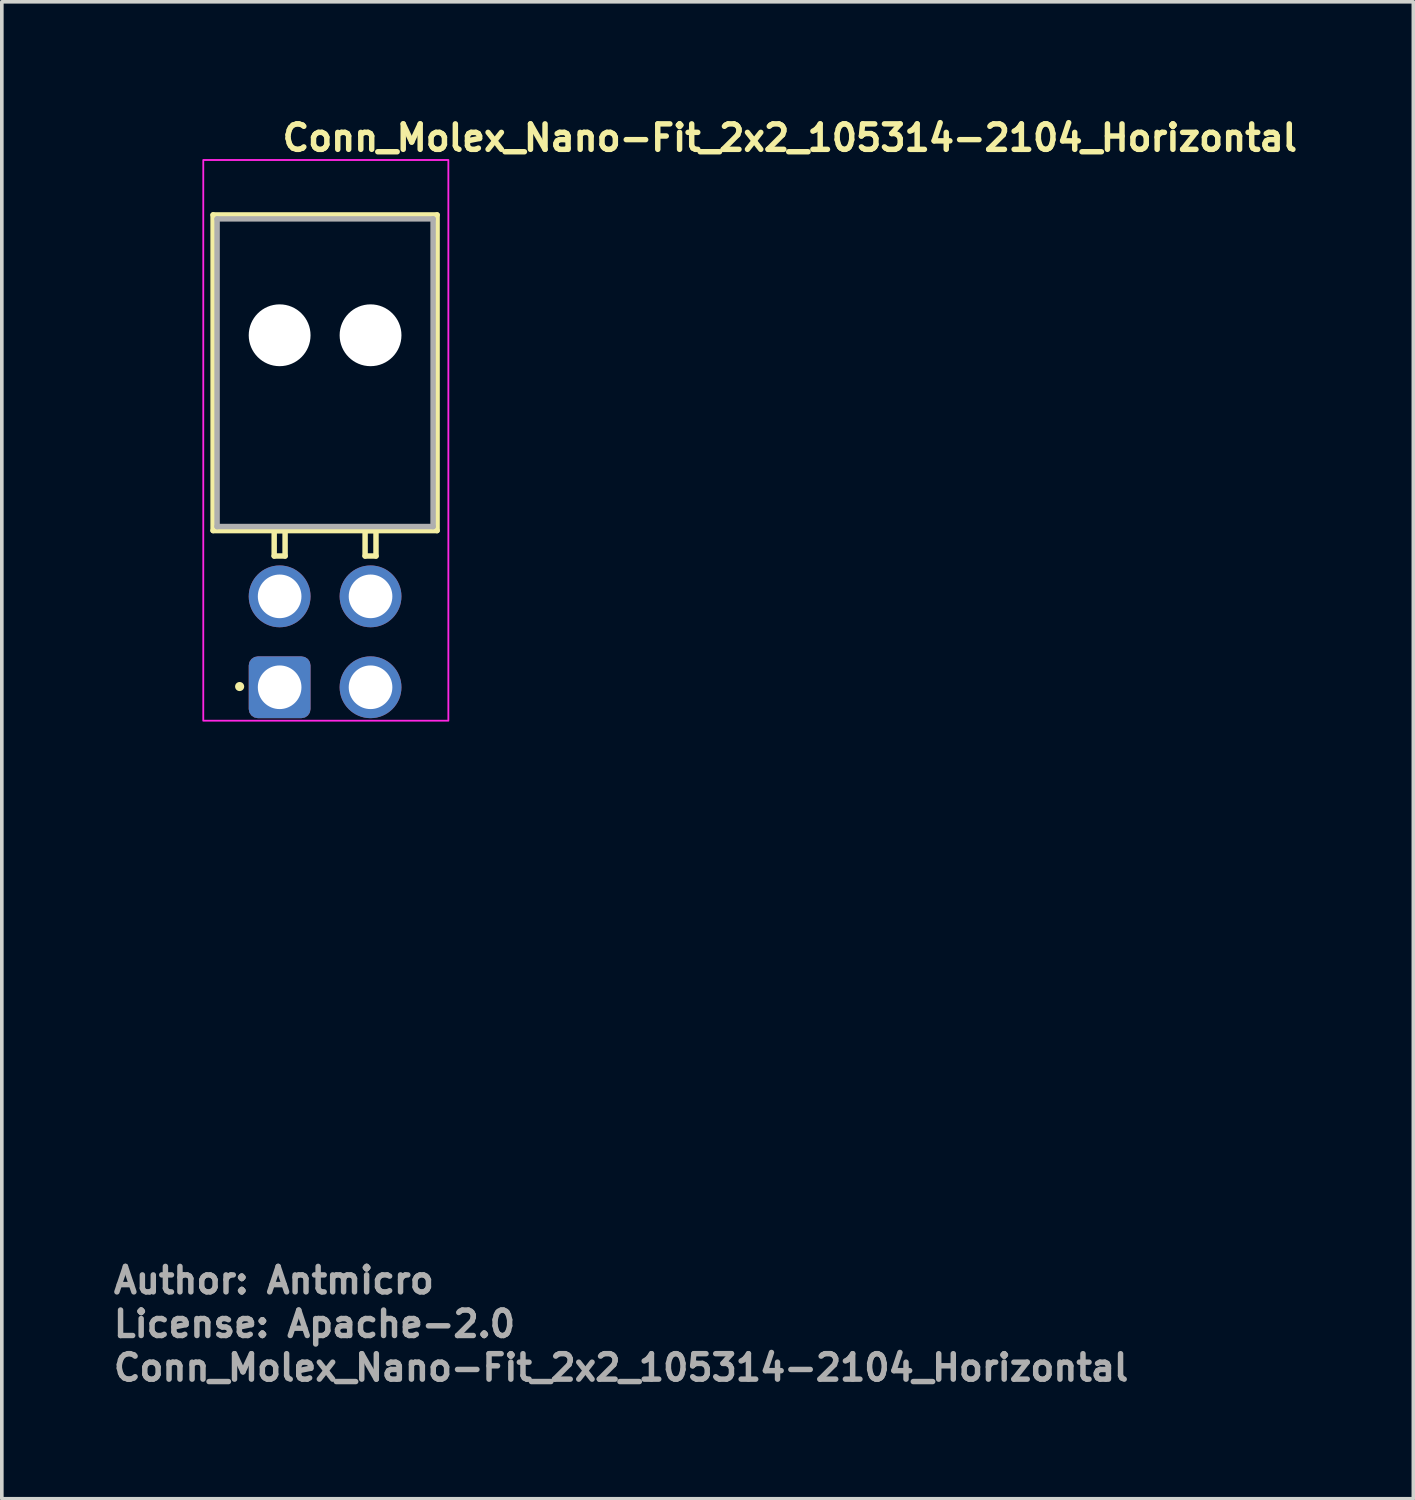
<source format=kicad_pcb>
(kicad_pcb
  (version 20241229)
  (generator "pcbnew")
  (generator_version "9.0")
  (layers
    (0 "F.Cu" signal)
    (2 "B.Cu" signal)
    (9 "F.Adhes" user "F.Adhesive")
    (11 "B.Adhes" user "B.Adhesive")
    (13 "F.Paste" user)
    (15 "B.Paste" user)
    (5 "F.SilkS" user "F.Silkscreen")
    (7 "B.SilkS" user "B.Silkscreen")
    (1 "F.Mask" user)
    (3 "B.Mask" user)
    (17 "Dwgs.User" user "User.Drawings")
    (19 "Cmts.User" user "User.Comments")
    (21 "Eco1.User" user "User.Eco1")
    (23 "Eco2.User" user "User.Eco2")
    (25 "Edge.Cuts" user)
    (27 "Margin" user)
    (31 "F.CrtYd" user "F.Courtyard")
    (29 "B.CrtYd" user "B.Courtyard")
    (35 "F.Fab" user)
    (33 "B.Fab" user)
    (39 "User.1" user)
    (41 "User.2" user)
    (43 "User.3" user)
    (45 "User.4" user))
  (footprint "Conn_Molex_Nano-Fit_2x2_105314-2104_Horizontal"
    (layer "F.Cu")
    (at 4.64 15.85)
    (property "Reference" "Conn_Molex_Nano-Fit_2x2_105314-2104_Horizontal" (at 0 -14.7 0) (layer "F.SilkS") (effects (font (size 0.7 0.7) (thickness 0.15)) (justify left bottom)))
    (attr through_hole)
    (fp_line (start -1.83 -12.99) (end -1.83 -4.309) (stroke (width 0.15) (type solid)) (layer "F.SilkS"))
    (fp_line (start -1.83 -4.309) (end 4.33 -4.309) (stroke (width 0.15) (type solid)) (layer "F.SilkS"))
    (fp_line (start -0.15 -4.309) (end -0.15 -3.61) (stroke (width 0.15) (type solid)) (layer "F.SilkS"))
    (fp_line (start -0.15 -3.61) (end 0.15 -3.61) (stroke (width 0.15) (type solid)) (layer "F.SilkS"))
    (fp_line (start 0.15 -4.309) (end -0.15 -4.309) (stroke (width 0.15) (type solid)) (layer "F.SilkS"))
    (fp_line (start 0.15 -3.61) (end 0.15 -4.309) (stroke (width 0.15) (type solid)) (layer "F.SilkS"))
    (fp_line (start 2.35 -4.309) (end 2.35 -3.61) (stroke (width 0.15) (type solid)) (layer "F.SilkS"))
    (fp_line (start 2.35 -3.61) (end 2.65 -3.61) (stroke (width 0.15) (type solid)) (layer "F.SilkS"))
    (fp_line (start 2.65 -4.309) (end 2.35 -4.309) (stroke (width 0.15) (type solid)) (layer "F.SilkS"))
    (fp_line (start 2.65 -3.61) (end 2.65 -4.309) (stroke (width 0.15) (type solid)) (layer "F.SilkS"))
    (fp_line (start 4.33 -12.99) (end -1.83 -12.99) (stroke (width 0.15) (type solid)) (layer "F.SilkS"))
    (fp_line (start 4.33 -4.309) (end 4.33 -12.99) (stroke (width 0.15) (type solid)) (layer "F.SilkS"))
    (fp_circle (center -1.1 -0.02) (end -1.05 -0.02) (stroke (width 0.15) (type solid)) (fill yes) (layer "F.SilkS"))
    (fp_rect (start 4.64 0.92) (end -2.1 -14.5) (stroke (width 0.05) (type solid)) (fill no) (layer "F.CrtYd"))
    (fp_line (start -1.72 -12.88) (end -1.72 -4.42) (stroke (width 0.15) (type solid)) (layer "F.Fab"))
    (fp_line (start -1.72 -4.42) (end 4.22 -4.42) (stroke (width 0.15) (type solid)) (layer "F.Fab"))
    (fp_line (start 4.22 -12.88) (end -1.72 -12.88) (stroke (width 0.15) (type solid)) (layer "F.Fab"))
    (fp_line (start 4.22 -4.42) (end 4.22 -12.88) (stroke (width 0.15) (type solid)) (layer "F.Fab"))
    (fp_rect (start 4.24 0.428) (end -1.7 -14.228) (stroke (width 0.1) (type solid)) (fill no) (layer "User.5"))
    (fp_line (start -1.7 -12.768) (end -1.7 -4.308) (stroke (width 0.02) (type solid)) (layer "User.9"))
    (fp_line (start -1.7 -4.308) (end 4.24 -4.308) (stroke (width 0.02) (type solid)) (layer "User.9"))
    (fp_line (start -1.33 -14.228) (end -1.129 -14.228) (stroke (width 0.02) (type solid)) (layer "User.9"))
    (fp_line (start -1.33 -12.768) (end -1.7 -12.768) (stroke (width 0.02) (type solid)) (layer "User.9"))
    (fp_line (start -1.33 -7.967) (end -1.33 -14.228) (stroke (width 0.02) (type solid)) (layer "User.9"))
    (fp_line (start -1.33 -7.967) (end -1.329 -7.958) (stroke (width 0.02) (type solid)) (layer "User.9"))
    (fp_line (start -1.33 -7.967) (end -1.129 -7.967) (stroke (width 0.02) (type solid)) (layer "User.9"))
    (fp_line (start -1.329 -7.958) (end -1.329 -7.948) (stroke (width 0.02) (type solid)) (layer "User.9"))
    (fp_line (start -1.329 -7.948) (end -1.327 -7.938) (stroke (width 0.02) (type solid)) (layer "User.9"))
    (fp_line (start -1.327 -7.938) (end -1.326 -7.929) (stroke (width 0.02) (type solid)) (layer "User.9"))
    (fp_line (start -1.326 -7.929) (end -1.323 -7.919) (stroke (width 0.02) (type solid)) (layer "User.9"))
    (fp_line (start -1.323 -7.919) (end -1.321 -7.91) (stroke (width 0.02) (type solid)) (layer "User.9"))
    (fp_line (start -1.321 -7.91) (end -1.318 -7.9) (stroke (width 0.02) (type solid)) (layer "User.9"))
    (fp_line (start -1.318 -7.9) (end -1.314 -7.892) (stroke (width 0.02) (type solid)) (layer "User.9"))
    (fp_line (start -1.314 -7.892) (end -1.31 -7.883) (stroke (width 0.02) (type solid)) (layer "User.9"))
    (fp_line (start -1.31 -7.883) (end -1.306 -7.874) (stroke (width 0.02) (type solid)) (layer "User.9"))
    (fp_line (start -1.306 -7.874) (end -1.301 -7.866) (stroke (width 0.02) (type solid)) (layer "User.9"))
    (fp_line (start -1.301 -7.866) (end -1.296 -7.857) (stroke (width 0.02) (type solid)) (layer "User.9"))
    (fp_line (start -1.296 -7.857) (end -1.29 -7.849) (stroke (width 0.02) (type solid)) (layer "User.9"))
    (fp_line (start -1.29 -7.849) (end -1.284 -7.841) (stroke (width 0.02) (type solid)) (layer "User.9"))
    (fp_line (start -1.284 -7.841) (end -1.278 -7.834) (stroke (width 0.02) (type solid)) (layer "User.9"))
    (fp_line (start -1.278 -7.834) (end -1.271 -7.827) (stroke (width 0.02) (type solid)) (layer "User.9"))
    (fp_line (start -1.271 -7.827) (end -1.271 -7.827) (stroke (width 0.02) (type solid)) (layer "User.9"))
    (fp_line (start -1.271 -7.827) (end -1.264 -7.82) (stroke (width 0.02) (type solid)) (layer "User.9"))
    (fp_line (start -1.264 -7.82) (end -1.256 -7.814) (stroke (width 0.02) (type solid)) (layer "User.9"))
    (fp_line (start -1.256 -7.814) (end -1.248 -7.807) (stroke (width 0.02) (type solid)) (layer "User.9"))
    (fp_line (start -1.248 -7.807) (end -1.24 -7.802) (stroke (width 0.02) (type solid)) (layer "User.9"))
    (fp_line (start -1.24 -7.802) (end -1.232 -7.797) (stroke (width 0.02) (type solid)) (layer "User.9"))
    (fp_line (start -1.232 -7.797) (end -1.224 -7.792) (stroke (width 0.02) (type solid)) (layer "User.9"))
    (fp_line (start -1.224 -7.792) (end -1.215 -7.787) (stroke (width 0.02) (type solid)) (layer "User.9"))
    (fp_line (start -1.215 -7.787) (end -1.206 -7.783) (stroke (width 0.02) (type solid)) (layer "User.9"))
    (fp_line (start -1.206 -7.783) (end -1.197 -7.78) (stroke (width 0.02) (type solid)) (layer "User.9"))
    (fp_line (start -1.197 -7.78) (end -1.188 -7.777) (stroke (width 0.02) (type solid)) (layer "User.9"))
    (fp_line (start -1.188 -7.777) (end -1.178 -7.774) (stroke (width 0.02) (type solid)) (layer "User.9"))
    (fp_line (start -1.178 -7.774) (end -1.169 -7.772) (stroke (width 0.02) (type solid)) (layer "User.9"))
    (fp_line (start -1.169 -7.772) (end -1.159 -7.77) (stroke (width 0.02) (type solid)) (layer "User.9"))
    (fp_line (start -1.159 -7.77) (end -1.149 -7.769) (stroke (width 0.02) (type solid)) (layer "User.9"))
    (fp_line (start -1.149 -7.769) (end -1.139 -7.768) (stroke (width 0.02) (type solid)) (layer "User.9"))
    (fp_line (start -1.139 -7.768) (end -1.129 -7.768) (stroke (width 0.02) (type solid)) (layer "User.9"))
    (fp_line (start -0.297 -0.506) (end -0.297 -4.308) (stroke (width 0.02) (type solid)) (layer "User.9"))
    (fp_line (start -0.297 0.154) (end -0.297 -0.506) (stroke (width 0.02) (type solid)) (layer "User.9"))
    (fp_line (start -0.297 0.154) (end -0.297 0.154) (stroke (width 0.02) (type solid)) (layer "User.9"))
    (fp_line (start -0.297 0.224) (end -0.297 0.154) (stroke (width 0.02) (type solid)) (layer "User.9"))
    (fp_line (start -0.297 0.224) (end -0.297 0.224) (stroke (width 0.02) (type solid)) (layer "User.9"))
    (fp_line (start -0.297 0.285) (end -0.297 0.224) (stroke (width 0.02) (type solid)) (layer "User.9"))
    (fp_line (start -0.297 0.285) (end -0.297 0.285) (stroke (width 0.02) (type solid)) (layer "User.9"))
    (fp_line (start -0.297 0.336) (end -0.297 0.285) (stroke (width 0.02) (type solid)) (layer "User.9"))
    (fp_line (start -0.297 0.336) (end -0.297 0.336) (stroke (width 0.02) (type solid)) (layer "User.9"))
    (fp_line (start -0.297 0.376) (end -0.297 0.336) (stroke (width 0.02) (type solid)) (layer "User.9"))
    (fp_line (start -0.297 0.376) (end -0.297 0.376) (stroke (width 0.02) (type solid)) (layer "User.9"))
    (fp_line (start -0.297 0.405) (end -0.297 0.376) (stroke (width 0.02) (type solid)) (layer "User.9"))
    (fp_line (start -0.297 0.405) (end -0.297 0.405) (stroke (width 0.02) (type solid)) (layer "User.9"))
    (fp_line (start -0.297 0.422) (end -0.297 0.405) (stroke (width 0.02) (type solid)) (layer "User.9"))
    (fp_line (start -0.297 0.422) (end -0.297 0.422) (stroke (width 0.02) (type solid)) (layer "User.9"))
    (fp_line (start -0.297 0.428) (end -0.297 0.422) (stroke (width 0.02) (type solid)) (layer "User.9"))
    (fp_line (start 0.12 -12.651) (end 0.12 -12.638) (stroke (width 0.02) (type solid)) (layer "User.9"))
    (fp_line (start 0.12 -7.967) (end 0.12 -12.638) (stroke (width 0.02) (type solid)) (layer "User.9"))
    (fp_line (start 0.12 -7.768) (end -1.129 -7.768) (stroke (width 0.02) (type solid)) (layer "User.9"))
    (fp_line (start 0.12 -7.768) (end 0.12 -7.967) (stroke (width 0.02) (type solid)) (layer "User.9"))
    (fp_line (start 0.121 -12.663) (end 0.12 -12.651) (stroke (width 0.02) (type solid)) (layer "User.9"))
    (fp_line (start 0.122 -12.675) (end 0.121 -12.663) (stroke (width 0.02) (type solid)) (layer "User.9"))
    (fp_line (start 0.124 -12.687) (end 0.122 -12.675) (stroke (width 0.02) (type solid)) (layer "User.9"))
    (fp_line (start 0.127 -12.699) (end 0.124 -12.687) (stroke (width 0.02) (type solid)) (layer "User.9"))
    (fp_line (start 0.13 -12.711) (end 0.127 -12.699) (stroke (width 0.02) (type solid)) (layer "User.9"))
    (fp_line (start 0.134 -12.722) (end 0.13 -12.711) (stroke (width 0.02) (type solid)) (layer "User.9"))
    (fp_line (start 0.139 -12.734) (end 0.134 -12.722) (stroke (width 0.02) (type solid)) (layer "User.9"))
    (fp_line (start 0.143 -12.745) (end 0.139 -12.734) (stroke (width 0.02) (type solid)) (layer "User.9"))
    (fp_line (start 0.149 -12.756) (end 0.143 -12.745) (stroke (width 0.02) (type solid)) (layer "User.9"))
    (fp_line (start 0.155 -12.767) (end 0.149 -12.756) (stroke (width 0.02) (type solid)) (layer "User.9"))
    (fp_line (start 0.162 -12.777) (end 0.155 -12.767) (stroke (width 0.02) (type solid)) (layer "User.9"))
    (fp_line (start 0.169 -12.787) (end 0.162 -12.777) (stroke (width 0.02) (type solid)) (layer "User.9"))
    (fp_line (start 0.176 -12.797) (end 0.169 -12.787) (stroke (width 0.02) (type solid)) (layer "User.9"))
    (fp_line (start 0.184 -12.806) (end 0.176 -12.797) (stroke (width 0.02) (type solid)) (layer "User.9"))
    (fp_line (start 0.193 -12.815) (end 0.184 -12.806) (stroke (width 0.02) (type solid)) (layer "User.9"))
    (fp_line (start 0.193 -12.815) (end 0.193 -12.815) (stroke (width 0.02) (type solid)) (layer "User.9"))
    (fp_line (start 0.202 -12.824) (end 0.193 -12.815) (stroke (width 0.02) (type solid)) (layer "User.9"))
    (fp_line (start 0.211 -12.832) (end 0.202 -12.824) (stroke (width 0.02) (type solid)) (layer "User.9"))
    (fp_line (start 0.221 -12.839) (end 0.211 -12.832) (stroke (width 0.02) (type solid)) (layer "User.9"))
    (fp_line (start 0.231 -12.846) (end 0.221 -12.839) (stroke (width 0.02) (type solid)) (layer "User.9"))
    (fp_line (start 0.241 -12.853) (end 0.231 -12.846) (stroke (width 0.02) (type solid)) (layer "User.9"))
    (fp_line (start 0.252 -12.859) (end 0.241 -12.853) (stroke (width 0.02) (type solid)) (layer "User.9"))
    (fp_line (start 0.263 -12.864) (end 0.252 -12.859) (stroke (width 0.02) (type solid)) (layer "User.9"))
    (fp_line (start 0.274 -12.869) (end 0.263 -12.864) (stroke (width 0.02) (type solid)) (layer "User.9"))
    (fp_line (start 0.285 -12.874) (end 0.274 -12.869) (stroke (width 0.02) (type solid)) (layer "User.9"))
    (fp_line (start 0.297 -12.877) (end 0.285 -12.874) (stroke (width 0.02) (type solid)) (layer "User.9"))
    (fp_line (start 0.309 -12.881) (end 0.297 -12.877) (stroke (width 0.02) (type solid)) (layer "User.9"))
    (fp_line (start 0.321 -12.883) (end 0.309 -12.881) (stroke (width 0.02) (type solid)) (layer "User.9"))
    (fp_line (start 0.333 -12.885) (end 0.321 -12.883) (stroke (width 0.02) (type solid)) (layer "User.9"))
    (fp_line (start 0.337 -0.506) (end 0.337 -4.308) (stroke (width 0.02) (type solid)) (layer "User.9"))
    (fp_line (start 0.337 0.154) (end 0.337 -0.506) (stroke (width 0.02) (type solid)) (layer "User.9"))
    (fp_line (start 0.337 0.154) (end 0.337 0.154) (stroke (width 0.02) (type solid)) (layer "User.9"))
    (fp_line (start 0.337 0.224) (end 0.337 0.154) (stroke (width 0.02) (type solid)) (layer "User.9"))
    (fp_line (start 0.337 0.224) (end 0.337 0.224) (stroke (width 0.02) (type solid)) (layer "User.9"))
    (fp_line (start 0.337 0.285) (end 0.337 0.224) (stroke (width 0.02) (type solid)) (layer "User.9"))
    (fp_line (start 0.337 0.285) (end 0.337 0.285) (stroke (width 0.02) (type solid)) (layer "User.9"))
    (fp_line (start 0.337 0.336) (end 0.337 0.285) (stroke (width 0.02) (type solid)) (layer "User.9"))
    (fp_line (start 0.337 0.336) (end 0.337 0.336) (stroke (width 0.02) (type solid)) (layer "User.9"))
    (fp_line (start 0.337 0.376) (end 0.337 0.336) (stroke (width 0.02) (type solid)) (layer "User.9"))
    (fp_line (start 0.337 0.376) (end 0.337 0.376) (stroke (width 0.02) (type solid)) (layer "User.9"))
    (fp_line (start 0.337 0.405) (end 0.337 0.376) (stroke (width 0.02) (type solid)) (layer "User.9"))
    (fp_line (start 0.337 0.405) (end 0.337 0.405) (stroke (width 0.02) (type solid)) (layer "User.9"))
    (fp_line (start 0.337 0.422) (end 0.337 0.405) (stroke (width 0.02) (type solid)) (layer "User.9"))
    (fp_line (start 0.337 0.422) (end 0.337 0.422) (stroke (width 0.02) (type solid)) (layer "User.9"))
    (fp_line (start 0.337 0.428) (end -0.297 0.428) (stroke (width 0.02) (type solid)) (layer "User.9"))
    (fp_line (start 0.337 0.428) (end 0.337 0.422) (stroke (width 0.02) (type solid)) (layer "User.9"))
    (fp_line (start 0.345 -12.887) (end 0.333 -12.885) (stroke (width 0.02) (type solid)) (layer "User.9"))
    (fp_line (start 0.357 -12.888) (end 0.345 -12.887) (stroke (width 0.02) (type solid)) (layer "User.9"))
    (fp_line (start 0.37 -12.888) (end 0.357 -12.888) (stroke (width 0.02) (type solid)) (layer "User.9"))
    (fp_line (start 2.17 -12.888) (end 0.37 -12.888) (stroke (width 0.02) (type solid)) (layer "User.9"))
    (fp_line (start 2.182 -12.888) (end 2.17 -12.888) (stroke (width 0.02) (type solid)) (layer "User.9"))
    (fp_line (start 2.194 -12.887) (end 2.182 -12.888) (stroke (width 0.02) (type solid)) (layer "User.9"))
    (fp_line (start 2.202 -0.506) (end 2.202 -4.308) (stroke (width 0.02) (type solid)) (layer "User.9"))
    (fp_line (start 2.202 0.154) (end 2.202 -0.506) (stroke (width 0.02) (type solid)) (layer "User.9"))
    (fp_line (start 2.202 0.154) (end 2.202 0.154) (stroke (width 0.02) (type solid)) (layer "User.9"))
    (fp_line (start 2.202 0.224) (end 2.202 0.154) (stroke (width 0.02) (type solid)) (layer "User.9"))
    (fp_line (start 2.202 0.224) (end 2.202 0.224) (stroke (width 0.02) (type solid)) (layer "User.9"))
    (fp_line (start 2.202 0.285) (end 2.202 0.224) (stroke (width 0.02) (type solid)) (layer "User.9"))
    (fp_line (start 2.202 0.285) (end 2.202 0.285) (stroke (width 0.02) (type solid)) (layer "User.9"))
    (fp_line (start 2.202 0.336) (end 2.202 0.285) (stroke (width 0.02) (type solid)) (layer "User.9"))
    (fp_line (start 2.202 0.336) (end 2.202 0.336) (stroke (width 0.02) (type solid)) (layer "User.9"))
    (fp_line (start 2.202 0.376) (end 2.202 0.336) (stroke (width 0.02) (type solid)) (layer "User.9"))
    (fp_line (start 2.202 0.376) (end 2.202 0.376) (stroke (width 0.02) (type solid)) (layer "User.9"))
    (fp_line (start 2.202 0.405) (end 2.202 0.376) (stroke (width 0.02) (type solid)) (layer "User.9"))
    (fp_line (start 2.202 0.405) (end 2.202 0.405) (stroke (width 0.02) (type solid)) (layer "User.9"))
    (fp_line (start 2.202 0.422) (end 2.202 0.405) (stroke (width 0.02) (type solid)) (layer "User.9"))
    (fp_line (start 2.202 0.422) (end 2.202 0.422) (stroke (width 0.02) (type solid)) (layer "User.9"))
    (fp_line (start 2.202 0.428) (end 2.202 0.422) (stroke (width 0.02) (type solid)) (layer "User.9"))
    (fp_line (start 2.206 -12.885) (end 2.194 -12.887) (stroke (width 0.02) (type solid)) (layer "User.9"))
    (fp_line (start 2.219 -12.883) (end 2.206 -12.885) (stroke (width 0.02) (type solid)) (layer "User.9"))
    (fp_line (start 2.23 -12.881) (end 2.219 -12.883) (stroke (width 0.02) (type solid)) (layer "User.9"))
    (fp_line (start 2.242 -12.877) (end 2.23 -12.881) (stroke (width 0.02) (type solid)) (layer "User.9"))
    (fp_line (start 2.254 -12.874) (end 2.242 -12.877) (stroke (width 0.02) (type solid)) (layer "User.9"))
    (fp_line (start 2.265 -12.869) (end 2.254 -12.874) (stroke (width 0.02) (type solid)) (layer "User.9"))
    (fp_line (start 2.276 -12.864) (end 2.265 -12.869) (stroke (width 0.02) (type solid)) (layer "User.9"))
    (fp_line (start 2.287 -12.859) (end 2.276 -12.864) (stroke (width 0.02) (type solid)) (layer "User.9"))
    (fp_line (start 2.298 -12.853) (end 2.287 -12.859) (stroke (width 0.02) (type solid)) (layer "User.9"))
    (fp_line (start 2.308 -12.846) (end 2.298 -12.853) (stroke (width 0.02) (type solid)) (layer "User.9"))
    (fp_line (start 2.318 -12.839) (end 2.308 -12.846) (stroke (width 0.02) (type solid)) (layer "User.9"))
    (fp_line (start 2.328 -12.832) (end 2.318 -12.839) (stroke (width 0.02) (type solid)) (layer "User.9"))
    (fp_line (start 2.337 -12.824) (end 2.328 -12.832) (stroke (width 0.02) (type solid)) (layer "User.9"))
    (fp_line (start 2.346 -12.815) (end 2.337 -12.824) (stroke (width 0.02) (type solid)) (layer "User.9"))
    (fp_line (start 2.346 -12.815) (end 2.346 -12.815) (stroke (width 0.02) (type solid)) (layer "User.9"))
    (fp_line (start 2.355 -12.806) (end 2.346 -12.815) (stroke (width 0.02) (type solid)) (layer "User.9"))
    (fp_line (start 2.363 -12.797) (end 2.355 -12.806) (stroke (width 0.02) (type solid)) (layer "User.9"))
    (fp_line (start 2.37 -12.787) (end 2.363 -12.797) (stroke (width 0.02) (type solid)) (layer "User.9"))
    (fp_line (start 2.377 -12.777) (end 2.37 -12.787) (stroke (width 0.02) (type solid)) (layer "User.9"))
    (fp_line (start 2.383 -12.768) (end 0.156 -12.768) (stroke (width 0.02) (type solid)) (layer "User.9"))
    (fp_line (start 2.384 -12.767) (end 2.377 -12.777) (stroke (width 0.02) (type solid)) (layer "User.9"))
    (fp_line (start 2.39 -12.756) (end 2.384 -12.767) (stroke (width 0.02) (type solid)) (layer "User.9"))
    (fp_line (start 2.396 -12.745) (end 2.39 -12.756) (stroke (width 0.02) (type solid)) (layer "User.9"))
    (fp_line (start 2.4 -12.734) (end 2.396 -12.745) (stroke (width 0.02) (type solid)) (layer "User.9"))
    (fp_line (start 2.405 -12.722) (end 2.4 -12.734) (stroke (width 0.02) (type solid)) (layer "User.9"))
    (fp_line (start 2.409 -12.711) (end 2.405 -12.722) (stroke (width 0.02) (type solid)) (layer "User.9"))
    (fp_line (start 2.412 -12.699) (end 2.409 -12.711) (stroke (width 0.02) (type solid)) (layer "User.9"))
    (fp_line (start 2.415 -12.687) (end 2.412 -12.699) (stroke (width 0.02) (type solid)) (layer "User.9"))
    (fp_line (start 2.417 -12.675) (end 2.415 -12.687) (stroke (width 0.02) (type solid)) (layer "User.9"))
    (fp_line (start 2.418 -12.663) (end 2.417 -12.675) (stroke (width 0.02) (type solid)) (layer "User.9"))
    (fp_line (start 2.419 -12.651) (end 2.418 -12.663) (stroke (width 0.02) (type solid)) (layer "User.9"))
    (fp_line (start 2.42 -12.638) (end 2.419 -12.651) (stroke (width 0.02) (type solid)) (layer "User.9"))
    (fp_line (start 2.42 -8.228) (end 0.12 -8.228) (stroke (width 0.02) (type solid)) (layer "User.9"))
    (fp_line (start 2.42 -7.967) (end 2.42 -12.638) (stroke (width 0.02) (type solid)) (layer "User.9"))
    (fp_line (start 2.42 -7.768) (end 0.12 -7.768) (stroke (width 0.02) (type solid)) (layer "User.9"))
    (fp_line (start 2.42 -7.768) (end 2.42 -7.967) (stroke (width 0.02) (type solid)) (layer "User.9"))
    (fp_line (start 2.837 -0.506) (end 2.837 -4.308) (stroke (width 0.02) (type solid)) (layer "User.9"))
    (fp_line (start 2.837 0.154) (end 2.837 -0.506) (stroke (width 0.02) (type solid)) (layer "User.9"))
    (fp_line (start 2.837 0.154) (end 2.837 0.154) (stroke (width 0.02) (type solid)) (layer "User.9"))
    (fp_line (start 2.837 0.224) (end 2.837 0.154) (stroke (width 0.02) (type solid)) (layer "User.9"))
    (fp_line (start 2.837 0.224) (end 2.837 0.224) (stroke (width 0.02) (type solid)) (layer "User.9"))
    (fp_line (start 2.837 0.285) (end 2.837 0.224) (stroke (width 0.02) (type solid)) (layer "User.9"))
    (fp_line (start 2.837 0.285) (end 2.837 0.285) (stroke (width 0.02) (type solid)) (layer "User.9"))
    (fp_line (start 2.837 0.336) (end 2.837 0.285) (stroke (width 0.02) (type solid)) (layer "User.9"))
    (fp_line (start 2.837 0.336) (end 2.837 0.336) (stroke (width 0.02) (type solid)) (layer "User.9"))
    (fp_line (start 2.837 0.376) (end 2.837 0.336) (stroke (width 0.02) (type solid)) (layer "User.9"))
    (fp_line (start 2.837 0.376) (end 2.837 0.376) (stroke (width 0.02) (type solid)) (layer "User.9"))
    (fp_line (start 2.837 0.405) (end 2.837 0.376) (stroke (width 0.02) (type solid)) (layer "User.9"))
    (fp_line (start 2.837 0.405) (end 2.837 0.405) (stroke (width 0.02) (type solid)) (layer "User.9"))
    (fp_line (start 2.837 0.422) (end 2.837 0.405) (stroke (width 0.02) (type solid)) (layer "User.9"))
    (fp_line (start 2.837 0.422) (end 2.837 0.422) (stroke (width 0.02) (type solid)) (layer "User.9"))
    (fp_line (start 2.837 0.428) (end 2.202 0.428) (stroke (width 0.02) (type solid)) (layer "User.9"))
    (fp_line (start 2.837 0.428) (end 2.837 0.422) (stroke (width 0.02) (type solid)) (layer "User.9"))
    (fp_line (start 3.67 -14.228) (end -1.129 -14.228) (stroke (width 0.02) (type solid)) (layer "User.9"))
    (fp_line (start 3.67 -14.228) (end 3.87 -14.228) (stroke (width 0.02) (type solid)) (layer "User.9"))
    (fp_line (start 3.67 -7.768) (end 2.42 -7.768) (stroke (width 0.02) (type solid)) (layer "User.9"))
    (fp_line (start 3.679 -7.768) (end 3.67 -7.768) (stroke (width 0.02) (type solid)) (layer "User.9"))
    (fp_line (start 3.679 -7.768) (end 3.67 -7.768) (stroke (width 0.02) (type solid)) (layer "User.9"))
    (fp_line (start 3.689 -7.769) (end 3.679 -7.768) (stroke (width 0.02) (type solid)) (layer "User.9"))
    (fp_line (start 3.689 -7.769) (end 3.679 -7.768) (stroke (width 0.02) (type solid)) (layer "User.9"))
    (fp_line (start 3.699 -7.77) (end 3.689 -7.769) (stroke (width 0.02) (type solid)) (layer "User.9"))
    (fp_line (start 3.699 -7.77) (end 3.689 -7.769) (stroke (width 0.02) (type solid)) (layer "User.9"))
    (fp_line (start 3.709 -7.772) (end 3.699 -7.77) (stroke (width 0.02) (type solid)) (layer "User.9"))
    (fp_line (start 3.709 -7.772) (end 3.699 -7.77) (stroke (width 0.02) (type solid)) (layer "User.9"))
    (fp_line (start 3.718 -7.774) (end 3.709 -7.772) (stroke (width 0.02) (type solid)) (layer "User.9"))
    (fp_line (start 3.718 -7.774) (end 3.709 -7.772) (stroke (width 0.02) (type solid)) (layer "User.9"))
    (fp_line (start 3.728 -7.777) (end 3.718 -7.774) (stroke (width 0.02) (type solid)) (layer "User.9"))
    (fp_line (start 3.728 -7.777) (end 3.718 -7.774) (stroke (width 0.02) (type solid)) (layer "User.9"))
    (fp_line (start 3.737 -7.78) (end 3.728 -7.777) (stroke (width 0.02) (type solid)) (layer "User.9"))
    (fp_line (start 3.737 -7.78) (end 3.728 -7.777) (stroke (width 0.02) (type solid)) (layer "User.9"))
    (fp_line (start 3.746 -7.783) (end 3.737 -7.78) (stroke (width 0.02) (type solid)) (layer "User.9"))
    (fp_line (start 3.746 -7.783) (end 3.737 -7.78) (stroke (width 0.02) (type solid)) (layer "User.9"))
    (fp_line (start 3.755 -7.787) (end 3.746 -7.783) (stroke (width 0.02) (type solid)) (layer "User.9"))
    (fp_line (start 3.755 -7.787) (end 3.746 -7.783) (stroke (width 0.02) (type solid)) (layer "User.9"))
    (fp_line (start 3.764 -7.792) (end 3.755 -7.787) (stroke (width 0.02) (type solid)) (layer "User.9"))
    (fp_line (start 3.764 -7.792) (end 3.755 -7.787) (stroke (width 0.02) (type solid)) (layer "User.9"))
    (fp_line (start 3.772 -7.797) (end 3.764 -7.792) (stroke (width 0.02) (type solid)) (layer "User.9"))
    (fp_line (start 3.772 -7.797) (end 3.764 -7.792) (stroke (width 0.02) (type solid)) (layer "User.9"))
    (fp_line (start 3.78 -7.802) (end 3.772 -7.797) (stroke (width 0.02) (type solid)) (layer "User.9"))
    (fp_line (start 3.78 -7.802) (end 3.772 -7.797) (stroke (width 0.02) (type solid)) (layer "User.9"))
    (fp_line (start 3.788 -7.807) (end 3.78 -7.802) (stroke (width 0.02) (type solid)) (layer "User.9"))
    (fp_line (start 3.788 -7.807) (end 3.78 -7.802) (stroke (width 0.02) (type solid)) (layer "User.9"))
    (fp_line (start 3.796 -7.814) (end 3.788 -7.807) (stroke (width 0.02) (type solid)) (layer "User.9"))
    (fp_line (start 3.796 -7.814) (end 3.788 -7.807) (stroke (width 0.02) (type solid)) (layer "User.9"))
    (fp_line (start 3.804 -7.82) (end 3.796 -7.814) (stroke (width 0.02) (type solid)) (layer "User.9"))
    (fp_line (start 3.804 -7.82) (end 3.796 -7.814) (stroke (width 0.02) (type solid)) (layer "User.9"))
    (fp_line (start 3.811 -7.827) (end 3.804 -7.82) (stroke (width 0.02) (type solid)) (layer "User.9"))
    (fp_line (start 3.811 -7.827) (end 3.804 -7.82) (stroke (width 0.02) (type solid)) (layer "User.9"))
    (fp_line (start 3.811 -7.827) (end 3.811 -7.827) (stroke (width 0.02) (type solid)) (layer "User.9"))
    (fp_line (start 3.811 -7.827) (end 3.811 -7.827) (stroke (width 0.02) (type solid)) (layer "User.9"))
    (fp_line (start 3.818 -7.834) (end 3.811 -7.827) (stroke (width 0.02) (type solid)) (layer "User.9"))
    (fp_line (start 3.818 -7.834) (end 3.811 -7.827) (stroke (width 0.02) (type solid)) (layer "User.9"))
    (fp_line (start 3.824 -7.841) (end 3.818 -7.834) (stroke (width 0.02) (type solid)) (layer "User.9"))
    (fp_line (start 3.824 -7.841) (end 3.818 -7.834) (stroke (width 0.02) (type solid)) (layer "User.9"))
    (fp_line (start 3.83 -7.849) (end 3.824 -7.841) (stroke (width 0.02) (type solid)) (layer "User.9"))
    (fp_line (start 3.83 -7.849) (end 3.824 -7.841) (stroke (width 0.02) (type solid)) (layer "User.9"))
    (fp_line (start 3.836 -7.857) (end 3.83 -7.849) (stroke (width 0.02) (type solid)) (layer "User.9"))
    (fp_line (start 3.836 -7.857) (end 3.83 -7.849) (stroke (width 0.02) (type solid)) (layer "User.9"))
    (fp_line (start 3.841 -7.866) (end 3.836 -7.857) (stroke (width 0.02) (type solid)) (layer "User.9"))
    (fp_line (start 3.841 -7.866) (end 3.836 -7.857) (stroke (width 0.02) (type solid)) (layer "User.9"))
    (fp_line (start 3.846 -7.874) (end 3.841 -7.866) (stroke (width 0.02) (type solid)) (layer "User.9"))
    (fp_line (start 3.846 -7.874) (end 3.841 -7.866) (stroke (width 0.02) (type solid)) (layer "User.9"))
    (fp_line (start 3.85 -7.883) (end 3.846 -7.874) (stroke (width 0.02) (type solid)) (layer "User.9"))
    (fp_line (start 3.85 -7.883) (end 3.846 -7.874) (stroke (width 0.02) (type solid)) (layer "User.9"))
    (fp_line (start 3.854 -7.892) (end 3.85 -7.883) (stroke (width 0.02) (type solid)) (layer "User.9"))
    (fp_line (start 3.854 -7.892) (end 3.85 -7.883) (stroke (width 0.02) (type solid)) (layer "User.9"))
    (fp_line (start 3.858 -7.9) (end 3.854 -7.892) (stroke (width 0.02) (type solid)) (layer "User.9"))
    (fp_line (start 3.858 -7.9) (end 3.854 -7.892) (stroke (width 0.02) (type solid)) (layer "User.9"))
    (fp_line (start 3.861 -7.91) (end 3.858 -7.9) (stroke (width 0.02) (type solid)) (layer "User.9"))
    (fp_line (start 3.861 -7.91) (end 3.858 -7.9) (stroke (width 0.02) (type solid)) (layer "User.9"))
    (fp_line (start 3.863 -7.919) (end 3.861 -7.91) (stroke (width 0.02) (type solid)) (layer "User.9"))
    (fp_line (start 3.863 -7.919) (end 3.861 -7.91) (stroke (width 0.02) (type solid)) (layer "User.9"))
    (fp_line (start 3.866 -7.929) (end 3.863 -7.919) (stroke (width 0.02) (type solid)) (layer "User.9"))
    (fp_line (start 3.866 -7.929) (end 3.863 -7.919) (stroke (width 0.02) (type solid)) (layer "User.9"))
    (fp_line (start 3.867 -7.938) (end 3.866 -7.929) (stroke (width 0.02) (type solid)) (layer "User.9"))
    (fp_line (start 3.867 -7.938) (end 3.866 -7.929) (stroke (width 0.02) (type solid)) (layer "User.9"))
    (fp_line (start 3.869 -7.958) (end 3.869 -7.948) (stroke (width 0.02) (type solid)) (layer "User.9"))
    (fp_line (start 3.869 -7.958) (end 3.869 -7.948) (stroke (width 0.02) (type solid)) (layer "User.9"))
    (fp_line (start 3.869 -7.948) (end 3.867 -7.938) (stroke (width 0.02) (type solid)) (layer "User.9"))
    (fp_line (start 3.869 -7.948) (end 3.867 -7.938) (stroke (width 0.02) (type solid)) (layer "User.9"))
    (fp_line (start 3.87 -14.228) (end 3.87 -7.967) (stroke (width 0.02) (type solid)) (layer "User.9"))
    (fp_line (start 3.87 -7.967) (end 3.67 -7.967) (stroke (width 0.02) (type solid)) (layer "User.9"))
    (fp_line (start 3.87 -7.967) (end 3.869 -7.958) (stroke (width 0.02) (type solid)) (layer "User.9"))
    (fp_line (start 3.87 -7.967) (end 3.869 -7.958) (stroke (width 0.02) (type solid)) (layer "User.9"))
    (fp_line (start 4.24 -12.768) (end 3.87 -12.768) (stroke (width 0.02) (type solid)) (layer "User.9"))
    (fp_line (start 4.24 -4.308) (end 4.24 -12.768) (stroke (width 0.02) (type solid)) (layer "User.9"))
    (fp_text user "${REFERENCE}" (at -4.64 19.12 0) (layer "F.Fab") (effects (font (size 0.7 0.7) (thickness 0.15)) (justify left bottom)))
    (fp_text user "Author: Antmicro" (at -4.64 16.72 0) (layer "F.Fab") (effects (font (size 0.7 0.7) (thickness 0.15)) (justify left bottom)))
    (fp_text user "License: Apache-2.0" (at -4.64 17.92 0) (layer "F.Fab") (effects (font (size 0.7 0.7) (thickness 0.15)) (justify left bottom)))
    (pad "" np_thru_hole circle (at 0 -9.68 90) (size 1.7 1.7) (drill 1.7) (layers "*.Cu" "*.Mask"))
    (pad "" np_thru_hole circle (at 2.5 -9.68 90) (size 1.7 1.7) (drill 1.7) (layers "*.Cu" "*.Mask"))
    (pad "1" thru_hole roundrect (at 0 0 90) (size 1.7 1.7) (drill 1.2) (layers "*.Cu" "*.Mask") (roundrect_rratio 0.147))
    (pad "2" thru_hole circle (at 2.5 0 90) (size 1.7 1.7) (drill 1.2) (layers "*.Cu" "*.Mask"))
    (pad "3" thru_hole circle (at 0 -2.5 90) (size 1.7 1.7) (drill 1.2) (layers "*.Cu" "*.Mask"))
    (pad "4" thru_hole circle (at 2.5 -2.5 90) (size 1.7 1.7) (drill 1.2) (layers "*.Cu" "*.Mask")))
  (gr_rect
    (start -3 -3)
    (end 35.817 38.166)
    (stroke (width 0.1) (type default))
    (fill no)
    (layer "Edge.Cuts")))
</source>
